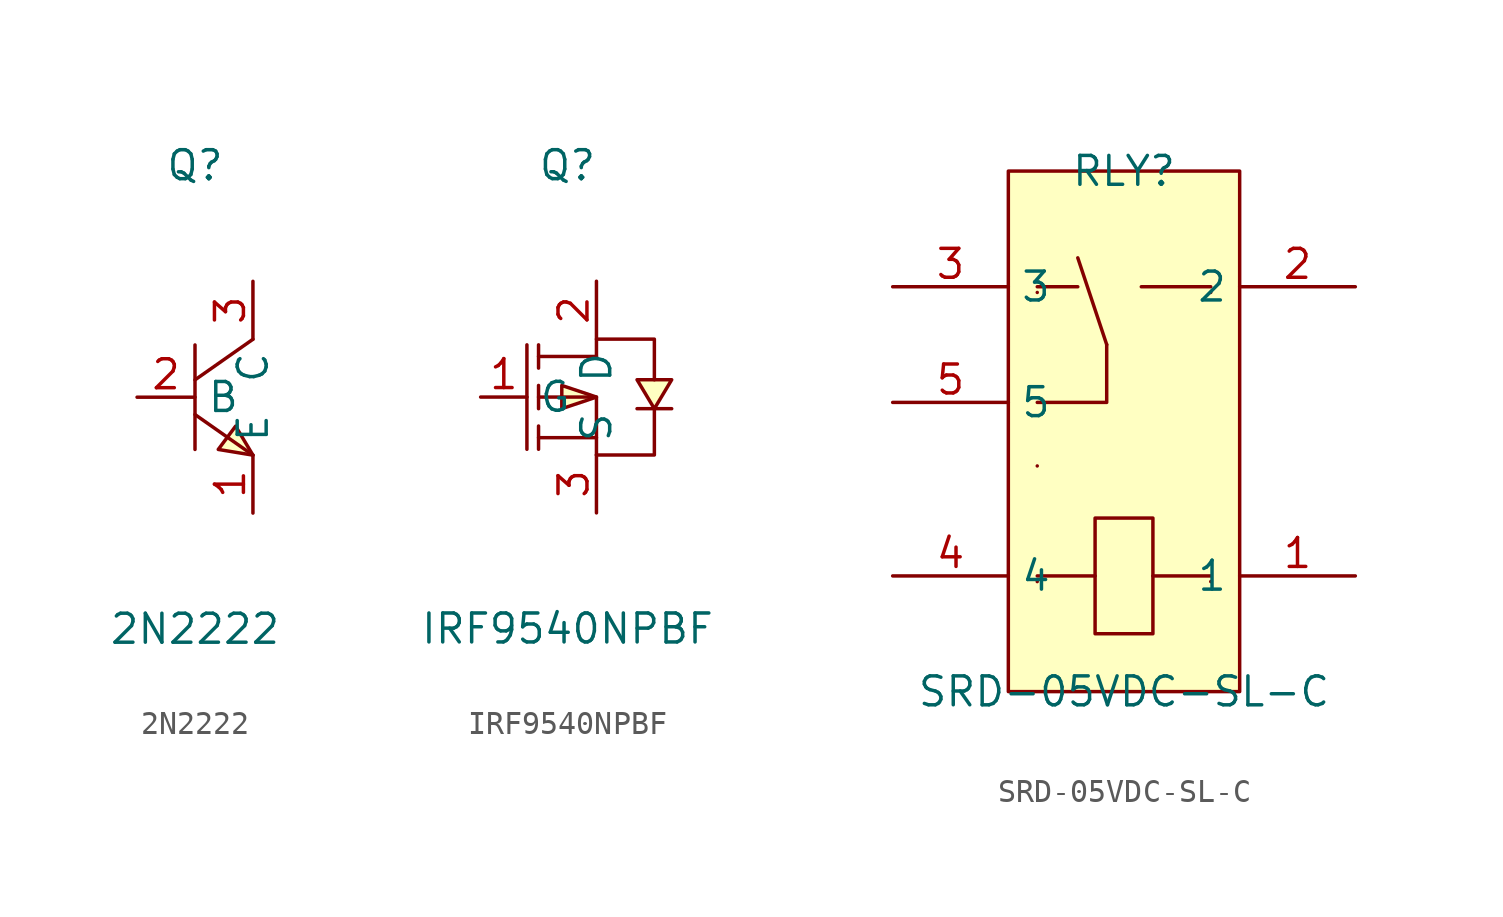
<source format=kicad_sym>
(kicad_symbol_lib
  (version 20211014)
  (generator https://github.com/uPesy/easyeda2kicad.py)
  (symbol "2N2222"
    (property "Reference" "Q"
      (at 0 10.16 0)
      (effects (font (size 1.27 1.27))))
    (property "Value" "2N2222"
      (at 0 -10.16 0)
      (effects (font (size 1.27 1.27))))
    (symbol "2N2222_0_1"
      (polyline (pts (xy 2.54 2.54) (xy 0.00 0.76)) (stroke (width 0) (type default) (color 0 0 0 0)) (fill (type none)))
      (polyline (pts (xy 0.00 -0.76) (xy 2.54 -2.54)) (stroke (width 0) (type default) (color 0 0 0 0)) (fill (type none)))
      (polyline (pts (xy 0.00 2.29) (xy 0.00 -2.29)) (stroke (width 0) (type default) (color 0 0 0 0)) (fill (type none)))
      (polyline (pts (xy 2.54 -2.54) (xy 1.78 -1.27) (xy 1.02 -2.29) (xy 2.54 -2.54)) (stroke (width 0) (type default) (color 0 0 0 0)) (fill (type background)))
      (pin unspecified line (at 2.54 5.08 270) (length 2.54) (name "C" (effects (font (size 1.27 1.27)))) (number "3" (effects (font (size 1.27 1.27)))))
      (pin unspecified line (at -2.54 -0.00 0) (length 2.54) (name "B" (effects (font (size 1.27 1.27)))) (number "2" (effects (font (size 1.27 1.27)))))
      (pin unspecified line (at 2.54 -5.08 90) (length 2.54) (name "E" (effects (font (size 1.27 1.27)))) (number "1" (effects (font (size 1.27 1.27)))))))
  (symbol "IRF9540NPBF"
    (property "Reference" "Q"
      (at 0 10.16 0)
      (effects (font (size 1.27 1.27))))
    (property "Value" "IRF9540NPBF"
      (at 0 -10.16 0)
      (effects (font (size 1.27 1.27))))
    (symbol "IRF9540NPBF_0_1"
      (polyline (pts (xy 1.27 -2.54) (xy 3.81 -2.54) (xy 3.81 -0.51)) (stroke (width 0) (type default) (color 0 0 0 0)) (fill (type none)))
      (polyline (pts (xy 1.27 1.78) (xy 1.27 2.54) (xy 3.81 2.54) (xy 3.81 0.76)) (stroke (width 0) (type default) (color 0 0 0 0)) (fill (type none)))
      (polyline (pts (xy 1.27 1.78) (xy -1.27 1.78)) (stroke (width 0) (type default) (color 0 0 0 0)) (fill (type none)))
      (polyline (pts (xy -1.27 -0.00) (xy 1.27 -0.00) (xy 1.27 -2.54)) (stroke (width 0) (type default) (color 0 0 0 0)) (fill (type none)))
      (polyline (pts (xy 1.27 -1.78) (xy -1.27 -1.78)) (stroke (width 0) (type default) (color 0 0 0 0)) (fill (type none)))
      (polyline (pts (xy -1.78 2.29) (xy -1.78 -2.29)) (stroke (width 0) (type default) (color 0 0 0 0)) (fill (type none)))
      (polyline (pts (xy -1.27 1.27) (xy -1.27 2.29)) (stroke (width 0) (type default) (color 0 0 0 0)) (fill (type none)))
      (polyline (pts (xy -1.27 -0.51) (xy -1.27 0.51)) (stroke (width 0) (type default) (color 0 0 0 0)) (fill (type none)))
      (polyline (pts (xy -1.27 -2.29) (xy -1.27 -1.27)) (stroke (width 0) (type default) (color 0 0 0 0)) (fill (type none)))
      (polyline (pts (xy 4.57 -0.51) (xy 4.32 -0.51) (xy 3.30 -0.51) (xy 3.05 -0.51)) (stroke (width 0) (type default) (color 0 0 0 0)) (fill (type none)))
      (polyline (pts (xy 1.27 -0.00) (xy -0.25 0.51) (xy -0.25 -0.51) (xy 1.27 -0.00)) (stroke (width 0) (type default) (color 0 0 0 0)) (fill (type background)))
      (polyline (pts (xy 3.81 -0.51) (xy 4.57 0.76) (xy 3.05 0.76) (xy 3.81 -0.51)) (stroke (width 0) (type default) (color 0 0 0 0)) (fill (type background)))
      (pin unspecified line (at 1.27 5.08 270) (length 2.54) (name "D" (effects (font (size 1.27 1.27)))) (number "2" (effects (font (size 1.27 1.27)))))
      (pin unspecified line (at -3.81 -0.00 0) (length 2.032) (name "G" (effects (font (size 1.27 1.27)))) (number "1" (effects (font (size 1.27 1.27)))))
      (pin unspecified line (at 1.27 -5.08 90) (length 2.54) (name "S" (effects (font (size 1.27 1.27)))) (number "3" (effects (font (size 1.27 1.27)))))))
  (symbol "SRD-05VDC-SL-C"
    (property "Reference" "RLY"
      (at 0 11.43 0)
      (effects (font (size 1.27 1.27))))
    (property "Value" "SRD-05VDC-SL-C"
      (at 0 -11.43 0)
      (effects (font (size 1.27 1.27))))
    (symbol "SRD-05VDC-SL-C_0_1"
      (rectangle (start -5.08 11.43) (end 5.08 -11.43) (stroke (width 0) (type default) (color 0 0 0 0)) (fill (type background)))
      (arc (start -3.81 6.10) (mid -3.76 6.34) (end -3.81 6.10) (stroke (width 0) (type default) (color 0 0 0 0)) (fill (type none)))
      (arc (start 3.81 6.10) (mid 3.86 6.34) (end 3.81 6.10) (stroke (width 0) (type default) (color 0 0 0 0)) (fill (type none)))
      (arc (start 3.81 -6.60) (mid 3.86 -6.36) (end 3.81 -6.60) (stroke (width 0) (type default) (color 0 0 0 0)) (fill (type none)))
      (arc (start -3.81 -1.52) (mid -3.76 -1.28) (end -3.81 -1.52) (stroke (width 0) (type default) (color 0 0 0 0)) (fill (type none)))
      (arc (start -3.81 -6.60) (mid -3.76 -6.36) (end -3.81 -6.60) (stroke (width 0) (type default) (color 0 0 0 0)) (fill (type none)))
      (polyline (pts (xy 3.81 -6.35) (xy 1.27 -6.35)) (stroke (width 0) (type default) (color 0 0 0 0)) (fill (type none)))
      (polyline (pts (xy -1.27 -6.35) (xy -3.81 -6.35)) (stroke (width 0) (type default) (color 0 0 0 0)) (fill (type none)))
      (polyline (pts (xy -1.27 -8.89) (xy 1.27 -8.89) (xy 1.27 -3.81) (xy -1.27 -3.81) (xy -1.27 -8.89)) (stroke (width 0) (type default) (color 0 0 0 0)) (fill (type background)))
      (polyline (pts (xy -3.81 1.27) (xy -0.76 1.27) (xy -0.76 3.81)) (stroke (width 0) (type default) (color 0 0 0 0)) (fill (type none)))
      (polyline (pts (xy 3.81 6.35) (xy 0.76 6.35)) (stroke (width 0) (type default) (color 0 0 0 0)) (fill (type none)))
      (polyline (pts (xy -3.81 6.35) (xy -2.03 6.35)) (stroke (width 0) (type default) (color 0 0 0 0)) (fill (type none)))
      (polyline (pts (xy -0.76 3.81) (xy -2.03 7.62)) (stroke (width 0) (type default) (color 0 0 0 0)) (fill (type none)))
      (pin input line (at 10.16 -6.35 180) (length 5.08) (name "1" (effects (font (size 1.27 1.27)))) (number "1" (effects (font (size 1.27 1.27)))))
      (pin input line (at 10.16 6.35 180) (length 5.08) (name "2" (effects (font (size 1.27 1.27)))) (number "2" (effects (font (size 1.27 1.27)))))
      (pin input line (at -10.16 6.35 0) (length 5.08) (name "3" (effects (font (size 1.27 1.27)))) (number "3" (effects (font (size 1.27 1.27)))))
      (pin input line (at -10.16 -6.35 0) (length 5.08) (name "4" (effects (font (size 1.27 1.27)))) (number "4" (effects (font (size 1.27 1.27)))))
      (pin input line (at -10.16 1.27 0) (length 5.08) (name "5" (effects (font (size 1.27 1.27)))) (number "5" (effects (font (size 1.27 1.27))))))))
</source>
